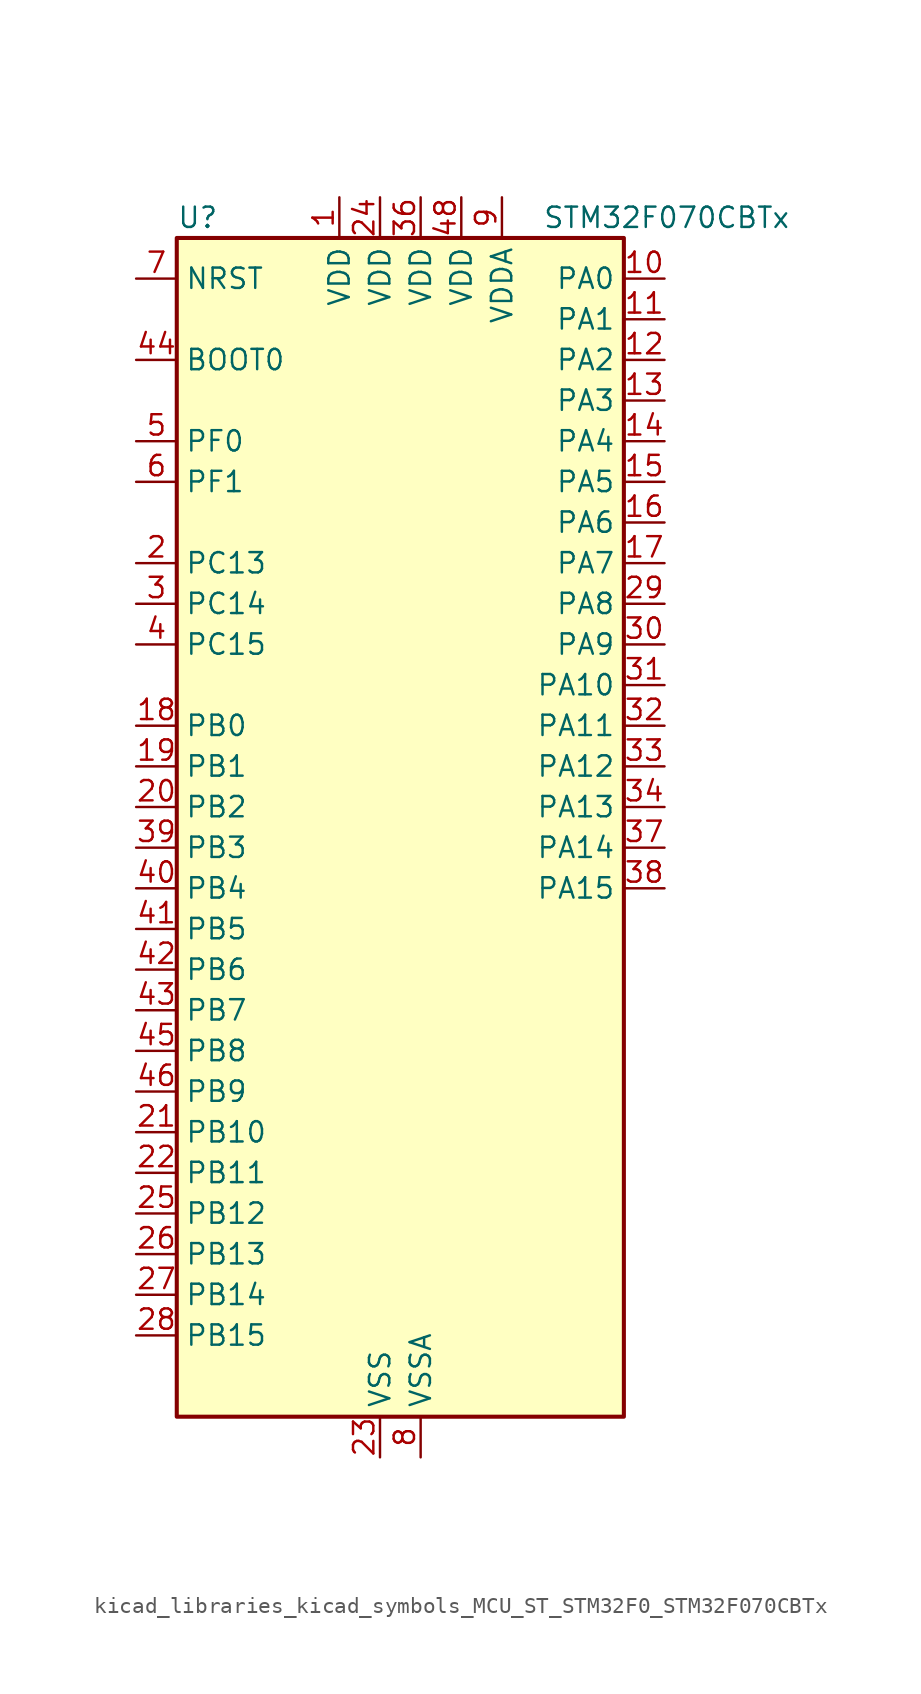
<source format=kicad_sym>
(kicad_symbol_lib
  (version 20220914)
  (generator kicad_symbol_editor)
  (symbol "kicad_libraries_kicad_symbols_MCU_ST_STM32F0_STM32F070CBTx"
    (property "Reference" "U"
      (at -12.7 39.37 0)
      (effects (font (size 1.27 1.27)) (justify left)))
    (property "Value" "STM32F070CBTx"
      (at 10.16 39.37 0)
      (effects (font (size 1.27 1.27)) (justify left)))
    (property "ki_locked" ""
      (at 0 0 0)
      (effects (font (size 1.27 1.27))))
    (symbol "kicad_libraries_kicad_symbols_MCU_ST_STM32F0_STM32F070CBTx_0_1"
      (rectangle (start -12.7 -35.56) (end 15.24 38.1) (stroke (width 0.254) (type default)) (fill (type background))))
    (symbol "kicad_libraries_kicad_symbols_MCU_ST_STM32F0_STM32F070CBTx_1_1"
      (pin power_in line (at -2.54 40.64 270) (length 2.54) (name "VDD" (effects (font (size 1.27 1.27)))) (number "1" (effects (font (size 1.27 1.27)))))
      (pin bidirectional line (at 17.78 35.56 180) (length 2.54) (name "PA0" (effects (font (size 1.27 1.27)))) (number "10" (effects (font (size 1.27 1.27)))) (alternate "ADC_IN0" bidirectional line) (alternate "RTC_TAMP2" bidirectional line) (alternate "SYS_WKUP1" bidirectional line) (alternate "USART2_CTS" bidirectional line) (alternate "USART4_TX" bidirectional line))
      (pin bidirectional line (at 17.78 33.02 180) (length 2.54) (name "PA1" (effects (font (size 1.27 1.27)))) (number "11" (effects (font (size 1.27 1.27)))) (alternate "ADC_IN1" bidirectional line) (alternate "TIM15_CH1N" bidirectional line) (alternate "USART2_DE" bidirectional line) (alternate "USART2_RTS" bidirectional line) (alternate "USART4_RX" bidirectional line))
      (pin bidirectional line (at 17.78 30.48 180) (length 2.54) (name "PA2" (effects (font (size 1.27 1.27)))) (number "12" (effects (font (size 1.27 1.27)))) (alternate "ADC_IN2" bidirectional line) (alternate "SYS_WKUP4" bidirectional line) (alternate "TIM15_CH1" bidirectional line) (alternate "USART2_TX" bidirectional line))
      (pin bidirectional line (at 17.78 27.94 180) (length 2.54) (name "PA3" (effects (font (size 1.27 1.27)))) (number "13" (effects (font (size 1.27 1.27)))) (alternate "ADC_IN3" bidirectional line) (alternate "TIM15_CH2" bidirectional line) (alternate "USART2_RX" bidirectional line))
      (pin bidirectional line (at 17.78 25.4 180) (length 2.54) (name "PA4" (effects (font (size 1.27 1.27)))) (number "14" (effects (font (size 1.27 1.27)))) (alternate "ADC_IN4" bidirectional line) (alternate "SPI1_NSS" bidirectional line) (alternate "TIM14_CH1" bidirectional line) (alternate "USART2_CK" bidirectional line))
      (pin bidirectional line (at 17.78 22.86 180) (length 2.54) (name "PA5" (effects (font (size 1.27 1.27)))) (number "15" (effects (font (size 1.27 1.27)))) (alternate "ADC_IN5" bidirectional line) (alternate "SPI1_SCK" bidirectional line))
      (pin bidirectional line (at 17.78 20.32 180) (length 2.54) (name "PA6" (effects (font (size 1.27 1.27)))) (number "16" (effects (font (size 1.27 1.27)))) (alternate "ADC_IN6" bidirectional line) (alternate "SPI1_MISO" bidirectional line) (alternate "TIM16_CH1" bidirectional line) (alternate "TIM1_BKIN" bidirectional line) (alternate "TIM3_CH1" bidirectional line) (alternate "USART3_CTS" bidirectional line))
      (pin bidirectional line (at 17.78 17.78 180) (length 2.54) (name "PA7" (effects (font (size 1.27 1.27)))) (number "17" (effects (font (size 1.27 1.27)))) (alternate "ADC_IN7" bidirectional line) (alternate "SPI1_MOSI" bidirectional line) (alternate "TIM14_CH1" bidirectional line) (alternate "TIM17_CH1" bidirectional line) (alternate "TIM1_CH1N" bidirectional line) (alternate "TIM3_CH2" bidirectional line))
      (pin bidirectional line (at -15.24 7.62 0) (length 2.54) (name "PB0" (effects (font (size 1.27 1.27)))) (number "18" (effects (font (size 1.27 1.27)))) (alternate "ADC_IN8" bidirectional line) (alternate "TIM1_CH2N" bidirectional line) (alternate "TIM3_CH3" bidirectional line) (alternate "USART3_CK" bidirectional line))
      (pin bidirectional line (at -15.24 5.08 0) (length 2.54) (name "PB1" (effects (font (size 1.27 1.27)))) (number "19" (effects (font (size 1.27 1.27)))) (alternate "ADC_IN9" bidirectional line) (alternate "TIM14_CH1" bidirectional line) (alternate "TIM1_CH3N" bidirectional line) (alternate "TIM3_CH4" bidirectional line) (alternate "USART3_DE" bidirectional line) (alternate "USART3_RTS" bidirectional line))
      (pin bidirectional line (at -15.24 17.78 0) (length 2.54) (name "PC13" (effects (font (size 1.27 1.27)))) (number "2" (effects (font (size 1.27 1.27)))) (alternate "RTC_OUT_ALARM" bidirectional line) (alternate "RTC_OUT_CALIB" bidirectional line) (alternate "RTC_TAMP1" bidirectional line) (alternate "RTC_TS" bidirectional line) (alternate "SYS_WKUP2" bidirectional line))
      (pin bidirectional line (at -15.24 2.54 0) (length 2.54) (name "PB2" (effects (font (size 1.27 1.27)))) (number "20" (effects (font (size 1.27 1.27)))))
      (pin bidirectional line (at -15.24 -17.78 0) (length 2.54) (name "PB10" (effects (font (size 1.27 1.27)))) (number "21" (effects (font (size 1.27 1.27)))) (alternate "I2C2_SCL" bidirectional line) (alternate "SPI2_SCK" bidirectional line) (alternate "USART3_TX" bidirectional line))
      (pin bidirectional line (at -15.24 -20.32 0) (length 2.54) (name "PB11" (effects (font (size 1.27 1.27)))) (number "22" (effects (font (size 1.27 1.27)))) (alternate "I2C2_SDA" bidirectional line) (alternate "USART3_RX" bidirectional line))
      (pin power_in line (at 0 -38.1 90) (length 2.54) (name "VSS" (effects (font (size 1.27 1.27)))) (number "23" (effects (font (size 1.27 1.27)))))
      (pin power_in line (at 0 40.64 270) (length 2.54) (name "VDD" (effects (font (size 1.27 1.27)))) (number "24" (effects (font (size 1.27 1.27)))))
      (pin bidirectional line (at -15.24 -22.86 0) (length 2.54) (name "PB12" (effects (font (size 1.27 1.27)))) (number "25" (effects (font (size 1.27 1.27)))) (alternate "SPI2_NSS" bidirectional line) (alternate "TIM15_BKIN" bidirectional line) (alternate "TIM1_BKIN" bidirectional line) (alternate "USART3_CK" bidirectional line))
      (pin bidirectional line (at -15.24 -25.4 0) (length 2.54) (name "PB13" (effects (font (size 1.27 1.27)))) (number "26" (effects (font (size 1.27 1.27)))) (alternate "I2C2_SCL" bidirectional line) (alternate "SPI2_SCK" bidirectional line) (alternate "TIM1_CH1N" bidirectional line) (alternate "USART3_CTS" bidirectional line))
      (pin bidirectional line (at -15.24 -27.94 0) (length 2.54) (name "PB14" (effects (font (size 1.27 1.27)))) (number "27" (effects (font (size 1.27 1.27)))) (alternate "I2C2_SDA" bidirectional line) (alternate "SPI2_MISO" bidirectional line) (alternate "TIM15_CH1" bidirectional line) (alternate "TIM1_CH2N" bidirectional line) (alternate "USART3_DE" bidirectional line) (alternate "USART3_RTS" bidirectional line))
      (pin bidirectional line (at -15.24 -30.48 0) (length 2.54) (name "PB15" (effects (font (size 1.27 1.27)))) (number "28" (effects (font (size 1.27 1.27)))) (alternate "RTC_REFIN" bidirectional line) (alternate "SPI2_MOSI" bidirectional line) (alternate "SYS_WKUP7" bidirectional line) (alternate "TIM15_CH1N" bidirectional line) (alternate "TIM15_CH2" bidirectional line) (alternate "TIM1_CH3N" bidirectional line))
      (pin bidirectional line (at 17.78 15.24 180) (length 2.54) (name "PA8" (effects (font (size 1.27 1.27)))) (number "29" (effects (font (size 1.27 1.27)))) (alternate "RCC_MCO" bidirectional line) (alternate "TIM1_CH1" bidirectional line) (alternate "USART1_CK" bidirectional line))
      (pin bidirectional line (at -15.24 15.24 0) (length 2.54) (name "PC14" (effects (font (size 1.27 1.27)))) (number "3" (effects (font (size 1.27 1.27)))) (alternate "RCC_OSC32_IN" bidirectional line))
      (pin bidirectional line (at 17.78 12.7 180) (length 2.54) (name "PA9" (effects (font (size 1.27 1.27)))) (number "30" (effects (font (size 1.27 1.27)))) (alternate "TIM15_BKIN" bidirectional line) (alternate "TIM1_CH2" bidirectional line) (alternate "USART1_TX" bidirectional line))
      (pin bidirectional line (at 17.78 10.16 180) (length 2.54) (name "PA10" (effects (font (size 1.27 1.27)))) (number "31" (effects (font (size 1.27 1.27)))) (alternate "TIM17_BKIN" bidirectional line) (alternate "TIM1_CH3" bidirectional line) (alternate "USART1_RX" bidirectional line))
      (pin bidirectional line (at 17.78 7.62 180) (length 2.54) (name "PA11" (effects (font (size 1.27 1.27)))) (number "32" (effects (font (size 1.27 1.27)))) (alternate "TIM1_CH4" bidirectional line) (alternate "USART1_CTS" bidirectional line) (alternate "USB_DM" bidirectional line))
      (pin bidirectional line (at 17.78 5.08 180) (length 2.54) (name "PA12" (effects (font (size 1.27 1.27)))) (number "33" (effects (font (size 1.27 1.27)))) (alternate "TIM1_ETR" bidirectional line) (alternate "USART1_DE" bidirectional line) (alternate "USART1_RTS" bidirectional line) (alternate "USB_DP" bidirectional line))
      (pin bidirectional line (at 17.78 2.54 180) (length 2.54) (name "PA13" (effects (font (size 1.27 1.27)))) (number "34" (effects (font (size 1.27 1.27)))) (alternate "IR_OUT" bidirectional line) (alternate "SYS_SWDIO" bidirectional line) (alternate "USB_NOE" bidirectional line))
      (pin passive line (at 0 -38.1 90) (length 2.54) hide (name "VSS" (effects (font (size 1.27 1.27)))) (number "35" (effects (font (size 1.27 1.27)))))
      (pin power_in line (at 2.54 40.64 270) (length 2.54) (name "VDD" (effects (font (size 1.27 1.27)))) (number "36" (effects (font (size 1.27 1.27)))))
      (pin bidirectional line (at 17.78 0 180) (length 2.54) (name "PA14" (effects (font (size 1.27 1.27)))) (number "37" (effects (font (size 1.27 1.27)))) (alternate "SYS_SWCLK" bidirectional line) (alternate "USART2_TX" bidirectional line))
      (pin bidirectional line (at 17.78 -2.54 180) (length 2.54) (name "PA15" (effects (font (size 1.27 1.27)))) (number "38" (effects (font (size 1.27 1.27)))) (alternate "SPI1_NSS" bidirectional line) (alternate "USART2_RX" bidirectional line) (alternate "USART4_DE" bidirectional line) (alternate "USART4_RTS" bidirectional line))
      (pin bidirectional line (at -15.24 0 0) (length 2.54) (name "PB3" (effects (font (size 1.27 1.27)))) (number "39" (effects (font (size 1.27 1.27)))) (alternate "SPI1_SCK" bidirectional line))
      (pin bidirectional line (at -15.24 12.7 0) (length 2.54) (name "PC15" (effects (font (size 1.27 1.27)))) (number "4" (effects (font (size 1.27 1.27)))) (alternate "RCC_OSC32_OUT" bidirectional line))
      (pin bidirectional line (at -15.24 -2.54 0) (length 2.54) (name "PB4" (effects (font (size 1.27 1.27)))) (number "40" (effects (font (size 1.27 1.27)))) (alternate "SPI1_MISO" bidirectional line) (alternate "TIM17_BKIN" bidirectional line) (alternate "TIM3_CH1" bidirectional line))
      (pin bidirectional line (at -15.24 -5.08 0) (length 2.54) (name "PB5" (effects (font (size 1.27 1.27)))) (number "41" (effects (font (size 1.27 1.27)))) (alternate "I2C1_SMBA" bidirectional line) (alternate "SPI1_MOSI" bidirectional line) (alternate "SYS_WKUP6" bidirectional line) (alternate "TIM16_BKIN" bidirectional line) (alternate "TIM3_CH2" bidirectional line))
      (pin bidirectional line (at -15.24 -7.62 0) (length 2.54) (name "PB6" (effects (font (size 1.27 1.27)))) (number "42" (effects (font (size 1.27 1.27)))) (alternate "I2C1_SCL" bidirectional line) (alternate "TIM16_CH1N" bidirectional line) (alternate "USART1_TX" bidirectional line))
      (pin bidirectional line (at -15.24 -10.16 0) (length 2.54) (name "PB7" (effects (font (size 1.27 1.27)))) (number "43" (effects (font (size 1.27 1.27)))) (alternate "I2C1_SDA" bidirectional line) (alternate "TIM17_CH1N" bidirectional line) (alternate "USART1_RX" bidirectional line) (alternate "USART4_CTS" bidirectional line))
      (pin input line (at -15.24 30.48 0) (length 2.54) (name "BOOT0" (effects (font (size 1.27 1.27)))) (number "44" (effects (font (size 1.27 1.27)))))
      (pin bidirectional line (at -15.24 -12.7 0) (length 2.54) (name "PB8" (effects (font (size 1.27 1.27)))) (number "45" (effects (font (size 1.27 1.27)))) (alternate "I2C1_SCL" bidirectional line) (alternate "TIM16_CH1" bidirectional line))
      (pin bidirectional line (at -15.24 -15.24 0) (length 2.54) (name "PB9" (effects (font (size 1.27 1.27)))) (number "46" (effects (font (size 1.27 1.27)))) (alternate "I2C1_SDA" bidirectional line) (alternate "IR_OUT" bidirectional line) (alternate "SPI2_NSS" bidirectional line) (alternate "TIM17_CH1" bidirectional line))
      (pin passive line (at 0 -38.1 90) (length 2.54) hide (name "VSS" (effects (font (size 1.27 1.27)))) (number "47" (effects (font (size 1.27 1.27)))))
      (pin power_in line (at 5.08 40.64 270) (length 2.54) (name "VDD" (effects (font (size 1.27 1.27)))) (number "48" (effects (font (size 1.27 1.27)))))
      (pin bidirectional line (at -15.24 25.4 0) (length 2.54) (name "PF0" (effects (font (size 1.27 1.27)))) (number "5" (effects (font (size 1.27 1.27)))) (alternate "RCC_OSC_IN" bidirectional line))
      (pin bidirectional line (at -15.24 22.86 0) (length 2.54) (name "PF1" (effects (font (size 1.27 1.27)))) (number "6" (effects (font (size 1.27 1.27)))) (alternate "RCC_OSC_OUT" bidirectional line))
      (pin input line (at -15.24 35.56 0) (length 2.54) (name "NRST" (effects (font (size 1.27 1.27)))) (number "7" (effects (font (size 1.27 1.27)))))
      (pin power_in line (at 2.54 -38.1 90) (length 2.54) (name "VSSA" (effects (font (size 1.27 1.27)))) (number "8" (effects (font (size 1.27 1.27)))))
      (pin power_in line (at 7.62 40.64 270) (length 2.54) (name "VDDA" (effects (font (size 1.27 1.27)))) (number "9" (effects (font (size 1.27 1.27))))))))
</source>
